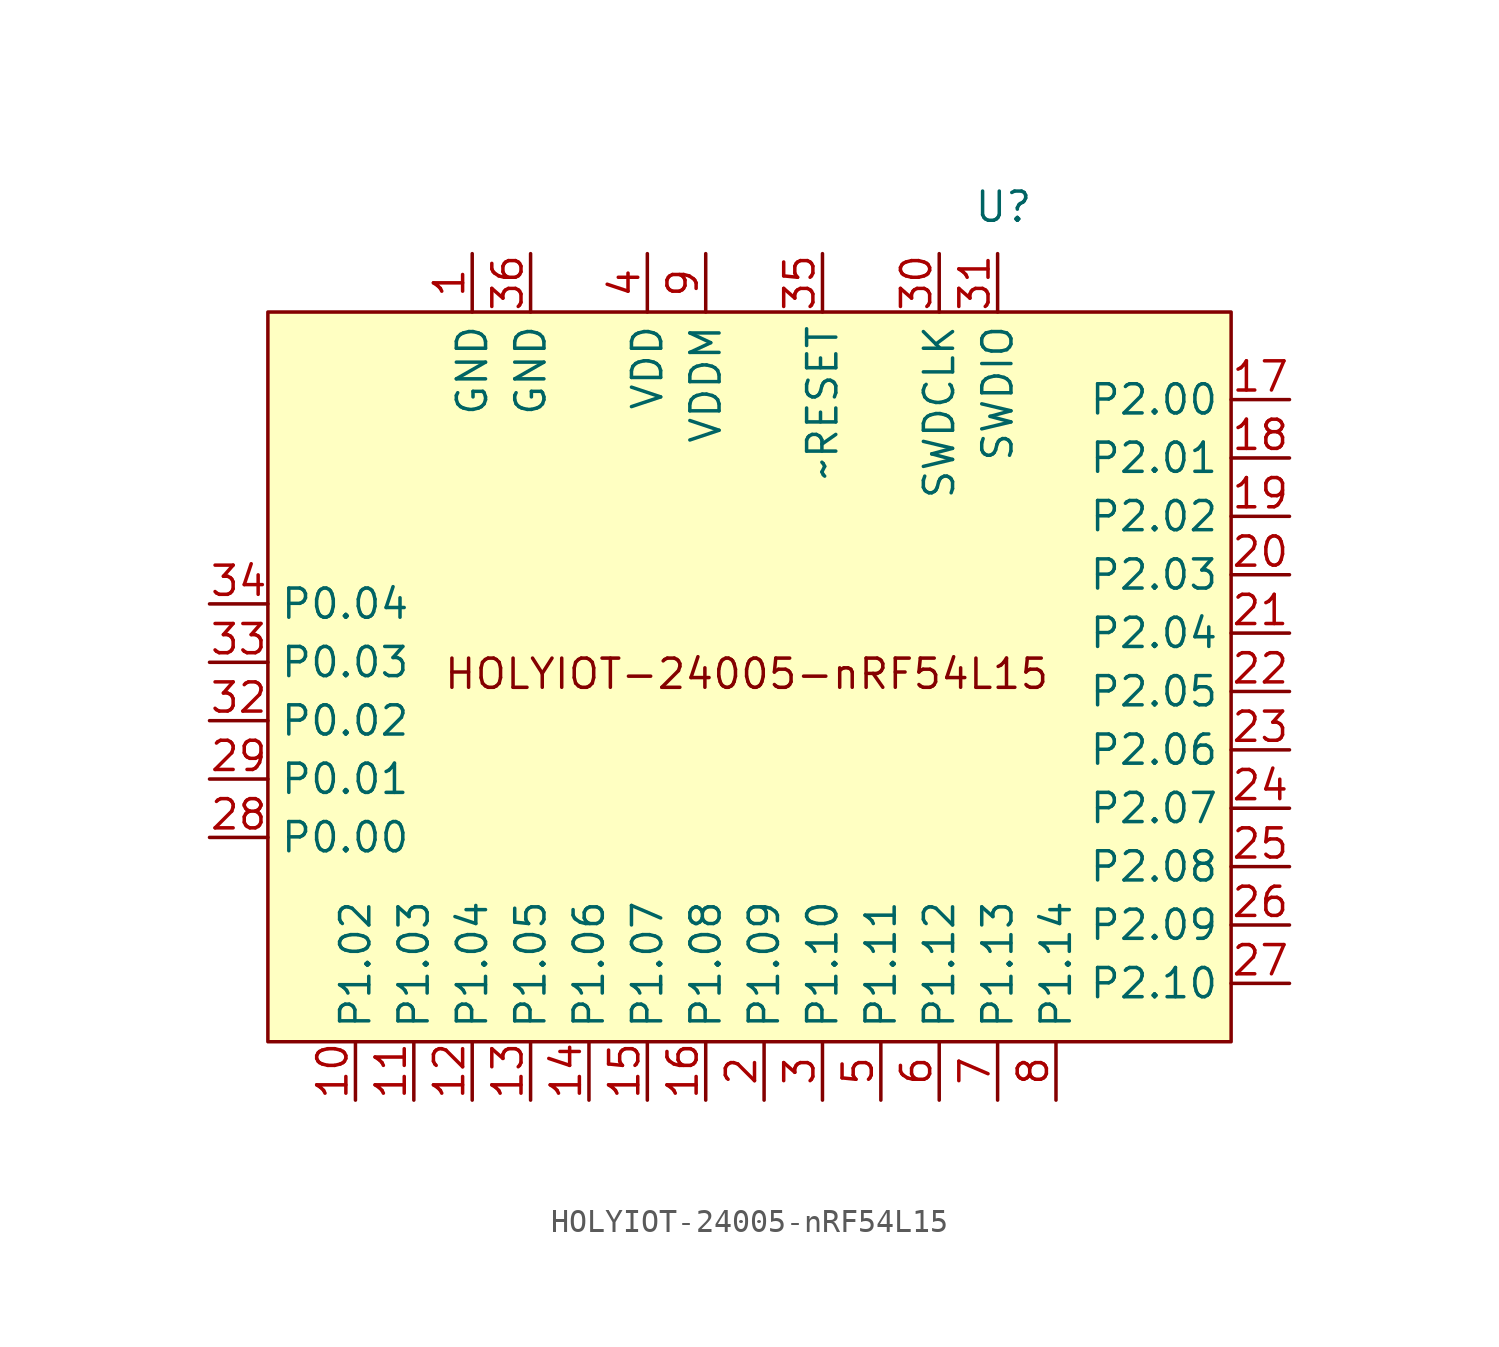
<source format=kicad_sym>
(kicad_symbol_lib
  (version 20241209)
  (generator "kicad_symbol_editor")
  (generator_version "9.0")
  (symbol "HOLYIOT-24005-nRF54L15"
    (property "Reference" "U"
      (at 12.954 19.812 0)
      (effects (font (size 1.27 1.27))))
    (property "Value" ""
      (at 0 0 0)
      (effects (font (size 1.27 1.27))))
    (symbol "HOLYIOT-24005-nRF54L15_1_1"
      (rectangle (start -19.05 15.24) (end 22.86 -16.51) (stroke (width 0) (type solid)) (fill (type background)))
      (text "HOLYIOT-24005-nRF54L15" (at 1.778 -0.508 0) (effects (font (size 1.27 1.27))))
      (pin bidirectional line (at -21.59 2.54 0) (length 2.54) (name "P0.04" (effects (font (size 1.27 1.27)))) (number "34" (effects (font (size 1.27 1.27)))))
      (pin bidirectional line (at -21.59 0 0) (length 2.54) (name "P0.03" (effects (font (size 1.27 1.27)))) (number "33" (effects (font (size 1.27 1.27)))))
      (pin bidirectional line (at -21.59 -2.54 0) (length 2.54) (name "P0.02" (effects (font (size 1.27 1.27)))) (number "32" (effects (font (size 1.27 1.27)))))
      (pin bidirectional line (at -21.59 -5.08 0) (length 2.54) (name "P0.01" (effects (font (size 1.27 1.27)))) (number "29" (effects (font (size 1.27 1.27)))))
      (pin bidirectional line (at -21.59 -7.62 0) (length 2.54) (name "P0.00" (effects (font (size 1.27 1.27)))) (number "28" (effects (font (size 1.27 1.27)))))
      (pin bidirectional line (at -15.24 -19.05 90) (length 2.54) (name "P1.02" (effects (font (size 1.27 1.27)))) (number "10" (effects (font (size 1.27 1.27)))))
      (pin bidirectional line (at -12.7 -19.05 90) (length 2.54) (name "P1.03" (effects (font (size 1.27 1.27)))) (number "11" (effects (font (size 1.27 1.27)))))
      (pin power_in line (at -10.16 17.78 270) (length 2.54) (name "GND" (effects (font (size 1.27 1.27)))) (number "1" (effects (font (size 1.27 1.27)))))
      (pin bidirectional line (at -10.16 -19.05 90) (length 2.54) (name "P1.04" (effects (font (size 1.27 1.27)))) (number "12" (effects (font (size 1.27 1.27)))))
      (pin power_in line (at -7.62 17.78 270) (length 2.54) (name "GND" (effects (font (size 1.27 1.27)))) (number "36" (effects (font (size 1.27 1.27)))))
      (pin bidirectional line (at -7.62 -19.05 90) (length 2.54) (name "P1.05" (effects (font (size 1.27 1.27)))) (number "13" (effects (font (size 1.27 1.27)))))
      (pin bidirectional line (at -5.08 -19.05 90) (length 2.54) (name "P1.06" (effects (font (size 1.27 1.27)))) (number "14" (effects (font (size 1.27 1.27)))))
      (pin power_in line (at -2.54 17.78 270) (length 2.54) (name "VDD" (effects (font (size 1.27 1.27)))) (number "4" (effects (font (size 1.27 1.27)))))
      (pin bidirectional line (at -2.54 -19.05 90) (length 2.54) (name "P1.07" (effects (font (size 1.27 1.27)))) (number "15" (effects (font (size 1.27 1.27)))))
      (pin power_in line (at 0 17.78 270) (length 2.54) (name "VDDM" (effects (font (size 1.27 1.27)))) (number "9" (effects (font (size 1.27 1.27)))))
      (pin bidirectional line (at 0 -19.05 90) (length 2.54) (name "P1.08" (effects (font (size 1.27 1.27)))) (number "16" (effects (font (size 1.27 1.27)))))
      (pin bidirectional line (at 2.54 -19.05 90) (length 2.54) (name "P1.09" (effects (font (size 1.27 1.27)))) (number "2" (effects (font (size 1.27 1.27)))))
      (pin input line (at 5.08 17.78 270) (length 2.54) (name "~RESET" (effects (font (size 1.27 1.27)))) (number "35" (effects (font (size 1.27 1.27)))))
      (pin bidirectional line (at 5.08 -19.05 90) (length 2.54) (name "P1.10" (effects (font (size 1.27 1.27)))) (number "3" (effects (font (size 1.27 1.27)))))
      (pin bidirectional line (at 7.62 -19.05 90) (length 2.54) (name "P1.11" (effects (font (size 1.27 1.27)))) (number "5" (effects (font (size 1.27 1.27)))))
      (pin input line (at 10.16 17.78 270) (length 2.54) (name "SWDCLK" (effects (font (size 1.27 1.27)))) (number "30" (effects (font (size 1.27 1.27)))))
      (pin bidirectional line (at 10.16 -19.05 90) (length 2.54) (name "P1.12" (effects (font (size 1.27 1.27)))) (number "6" (effects (font (size 1.27 1.27)))))
      (pin bidirectional line (at 12.7 17.78 270) (length 2.54) (name "SWDIO" (effects (font (size 1.27 1.27)))) (number "31" (effects (font (size 1.27 1.27)))))
      (pin bidirectional line (at 12.7 -19.05 90) (length 2.54) (name "P1.13" (effects (font (size 1.27 1.27)))) (number "7" (effects (font (size 1.27 1.27)))))
      (pin bidirectional line (at 15.24 -19.05 90) (length 2.54) (name "P1.14" (effects (font (size 1.27 1.27)))) (number "8" (effects (font (size 1.27 1.27)))))
      (pin bidirectional line (at 25.4 11.43 180) (length 2.54) (name "P2.00" (effects (font (size 1.27 1.27)))) (number "17" (effects (font (size 1.27 1.27)))))
      (pin bidirectional line (at 25.4 8.89 180) (length 2.54) (name "P2.01" (effects (font (size 1.27 1.27)))) (number "18" (effects (font (size 1.27 1.27)))))
      (pin bidirectional line (at 25.4 6.35 180) (length 2.54) (name "P2.02" (effects (font (size 1.27 1.27)))) (number "19" (effects (font (size 1.27 1.27)))))
      (pin bidirectional line (at 25.4 3.81 180) (length 2.54) (name "P2.03" (effects (font (size 1.27 1.27)))) (number "20" (effects (font (size 1.27 1.27)))))
      (pin bidirectional line (at 25.4 1.27 180) (length 2.54) (name "P2.04" (effects (font (size 1.27 1.27)))) (number "21" (effects (font (size 1.27 1.27)))))
      (pin bidirectional line (at 25.4 -1.27 180) (length 2.54) (name "P2.05" (effects (font (size 1.27 1.27)))) (number "22" (effects (font (size 1.27 1.27)))))
      (pin bidirectional line (at 25.4 -3.81 180) (length 2.54) (name "P2.06" (effects (font (size 1.27 1.27)))) (number "23" (effects (font (size 1.27 1.27)))))
      (pin bidirectional line (at 25.4 -6.35 180) (length 2.54) (name "P2.07" (effects (font (size 1.27 1.27)))) (number "24" (effects (font (size 1.27 1.27)))))
      (pin bidirectional line (at 25.4 -8.89 180) (length 2.54) (name "P2.08" (effects (font (size 1.27 1.27)))) (number "25" (effects (font (size 1.27 1.27)))))
      (pin bidirectional line (at 25.4 -11.43 180) (length 2.54) (name "P2.09" (effects (font (size 1.27 1.27)))) (number "26" (effects (font (size 1.27 1.27)))))
      (pin bidirectional line (at 25.4 -13.97 180) (length 2.54) (name "P2.10" (effects (font (size 1.27 1.27)))) (number "27" (effects (font (size 1.27 1.27))))))))
</source>
